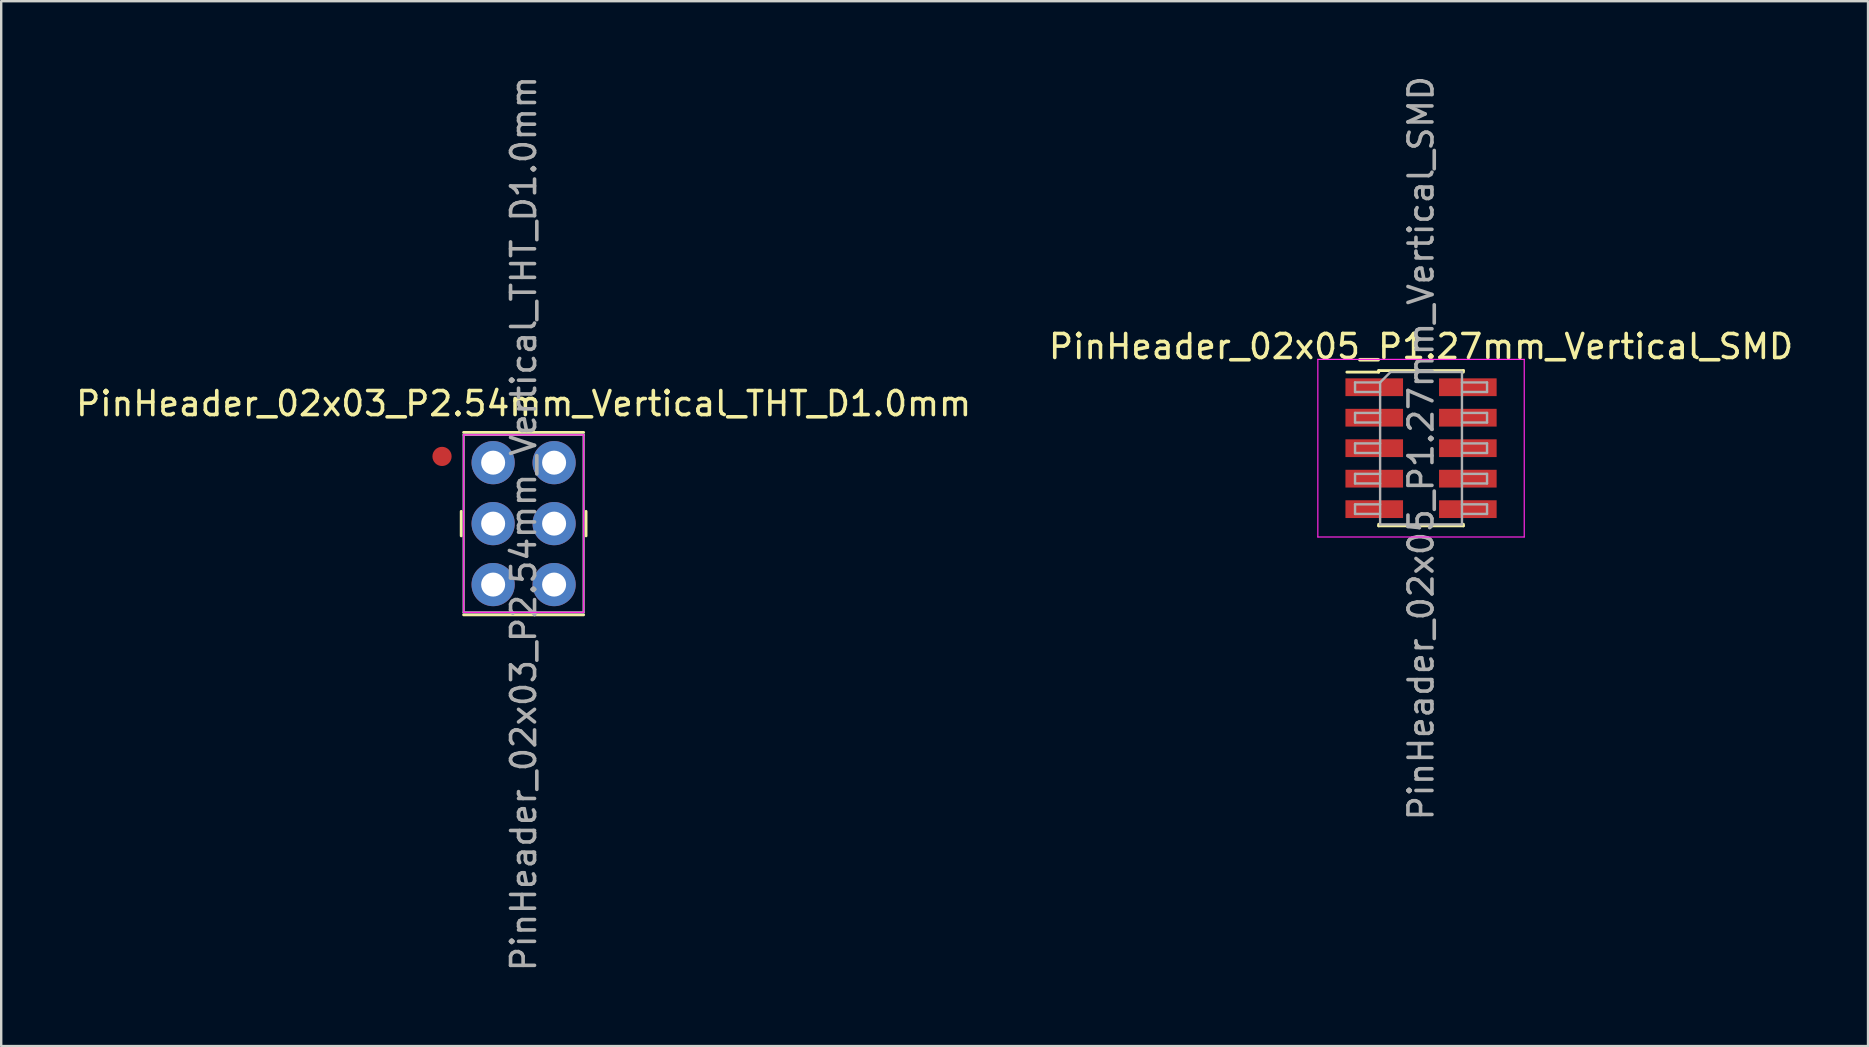
<source format=kicad_pcb>
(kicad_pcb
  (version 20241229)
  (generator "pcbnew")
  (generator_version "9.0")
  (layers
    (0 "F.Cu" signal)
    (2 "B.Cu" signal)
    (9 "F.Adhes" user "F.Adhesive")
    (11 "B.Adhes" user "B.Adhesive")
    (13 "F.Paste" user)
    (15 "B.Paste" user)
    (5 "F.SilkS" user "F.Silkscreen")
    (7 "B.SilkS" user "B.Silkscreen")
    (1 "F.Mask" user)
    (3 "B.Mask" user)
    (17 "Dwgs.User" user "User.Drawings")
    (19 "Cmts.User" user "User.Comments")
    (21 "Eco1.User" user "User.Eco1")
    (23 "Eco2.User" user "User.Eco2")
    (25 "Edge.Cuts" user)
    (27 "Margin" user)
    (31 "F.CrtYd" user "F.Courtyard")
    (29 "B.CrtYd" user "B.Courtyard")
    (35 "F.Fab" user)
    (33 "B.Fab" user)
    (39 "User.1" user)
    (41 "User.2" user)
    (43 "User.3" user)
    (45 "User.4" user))
  (footprint "PinHeader_02x05_P1.27mm_Vertical_SMD"
    (layer "F.Cu")
    (at 56.161 15.625)
    (property "Reference" "PinHeader_02x05_P1.27mm_Vertical_SMD" (at 0 -4.235 0) (layer "F.SilkS") (effects (font (size 1 1) (thickness 0.15))))
    (attr smd)
    (fp_line (start -3.09 -3.17) (end -1.765 -3.17) (stroke (width 0.12) (type solid)) (layer "F.SilkS"))
    (fp_line (start -1.765 -3.235) (end -1.765 -3.17) (stroke (width 0.12) (type solid)) (layer "F.SilkS"))
    (fp_line (start -1.765 -3.235) (end 1.765 -3.235) (stroke (width 0.12) (type solid)) (layer "F.SilkS"))
    (fp_line (start -1.765 3.17) (end -1.765 3.235) (stroke (width 0.12) (type solid)) (layer "F.SilkS"))
    (fp_line (start -1.765 3.235) (end 1.765 3.235) (stroke (width 0.12) (type solid)) (layer "F.SilkS"))
    (fp_line (start 1.765 -3.235) (end 1.765 -3.17) (stroke (width 0.12) (type solid)) (layer "F.SilkS"))
    (fp_line (start 1.765 3.17) (end 1.765 3.235) (stroke (width 0.12) (type solid)) (layer "F.SilkS"))
    (fp_line (start -4.3 -3.7) (end -4.3 3.7) (stroke (width 0.05) (type solid)) (layer "F.CrtYd"))
    (fp_line (start -4.3 3.7) (end 4.3 3.7) (stroke (width 0.05) (type solid)) (layer "F.CrtYd"))
    (fp_line (start 4.3 -3.7) (end -4.3 -3.7) (stroke (width 0.05) (type solid)) (layer "F.CrtYd"))
    (fp_line (start 4.3 3.7) (end 4.3 -3.7) (stroke (width 0.05) (type solid)) (layer "F.CrtYd"))
    (fp_line (start -2.75 -2.74) (end -2.75 -2.34) (stroke (width 0.1) (type solid)) (layer "F.Fab"))
    (fp_line (start -2.75 -2.34) (end -1.705 -2.34) (stroke (width 0.1) (type solid)) (layer "F.Fab"))
    (fp_line (start -2.75 -1.47) (end -2.75 -1.07) (stroke (width 0.1) (type solid)) (layer "F.Fab"))
    (fp_line (start -2.75 -1.07) (end -1.705 -1.07) (stroke (width 0.1) (type solid)) (layer "F.Fab"))
    (fp_line (start -2.75 -0.2) (end -2.75 0.2) (stroke (width 0.1) (type solid)) (layer "F.Fab"))
    (fp_line (start -2.75 0.2) (end -1.705 0.2) (stroke (width 0.1) (type solid)) (layer "F.Fab"))
    (fp_line (start -2.75 1.07) (end -2.75 1.47) (stroke (width 0.1) (type solid)) (layer "F.Fab"))
    (fp_line (start -2.75 1.47) (end -1.705 1.47) (stroke (width 0.1) (type solid)) (layer "F.Fab"))
    (fp_line (start -2.75 2.34) (end -2.75 2.74) (stroke (width 0.1) (type solid)) (layer "F.Fab"))
    (fp_line (start -2.75 2.74) (end -1.705 2.74) (stroke (width 0.1) (type solid)) (layer "F.Fab"))
    (fp_line (start -1.705 -2.74) (end -2.75 -2.74) (stroke (width 0.1) (type solid)) (layer "F.Fab"))
    (fp_line (start -1.705 -2.74) (end -1.27 -3.175) (stroke (width 0.1) (type solid)) (layer "F.Fab"))
    (fp_line (start -1.705 -1.47) (end -2.75 -1.47) (stroke (width 0.1) (type solid)) (layer "F.Fab"))
    (fp_line (start -1.705 -0.2) (end -2.75 -0.2) (stroke (width 0.1) (type solid)) (layer "F.Fab"))
    (fp_line (start -1.705 1.07) (end -2.75 1.07) (stroke (width 0.1) (type solid)) (layer "F.Fab"))
    (fp_line (start -1.705 2.34) (end -2.75 2.34) (stroke (width 0.1) (type solid)) (layer "F.Fab"))
    (fp_line (start -1.705 3.175) (end -1.705 -2.74) (stroke (width 0.1) (type solid)) (layer "F.Fab"))
    (fp_line (start -1.27 -3.175) (end 1.705 -3.175) (stroke (width 0.1) (type solid)) (layer "F.Fab"))
    (fp_line (start 1.705 -3.175) (end 1.705 3.175) (stroke (width 0.1) (type solid)) (layer "F.Fab"))
    (fp_line (start 1.705 -2.74) (end 2.75 -2.74) (stroke (width 0.1) (type solid)) (layer "F.Fab"))
    (fp_line (start 1.705 -1.47) (end 2.75 -1.47) (stroke (width 0.1) (type solid)) (layer "F.Fab"))
    (fp_line (start 1.705 -0.2) (end 2.75 -0.2) (stroke (width 0.1) (type solid)) (layer "F.Fab"))
    (fp_line (start 1.705 1.07) (end 2.75 1.07) (stroke (width 0.1) (type solid)) (layer "F.Fab"))
    (fp_line (start 1.705 2.34) (end 2.75 2.34) (stroke (width 0.1) (type solid)) (layer "F.Fab"))
    (fp_line (start 1.705 3.175) (end -1.705 3.175) (stroke (width 0.1) (type solid)) (layer "F.Fab"))
    (fp_line (start 2.75 -2.74) (end 2.75 -2.34) (stroke (width 0.1) (type solid)) (layer "F.Fab"))
    (fp_line (start 2.75 -2.34) (end 1.705 -2.34) (stroke (width 0.1) (type solid)) (layer "F.Fab"))
    (fp_line (start 2.75 -1.47) (end 2.75 -1.07) (stroke (width 0.1) (type solid)) (layer "F.Fab"))
    (fp_line (start 2.75 -1.07) (end 1.705 -1.07) (stroke (width 0.1) (type solid)) (layer "F.Fab"))
    (fp_line (start 2.75 -0.2) (end 2.75 0.2) (stroke (width 0.1) (type solid)) (layer "F.Fab"))
    (fp_line (start 2.75 0.2) (end 1.705 0.2) (stroke (width 0.1) (type solid)) (layer "F.Fab"))
    (fp_line (start 2.75 1.07) (end 2.75 1.47) (stroke (width 0.1) (type solid)) (layer "F.Fab"))
    (fp_line (start 2.75 1.47) (end 1.705 1.47) (stroke (width 0.1) (type solid)) (layer "F.Fab"))
    (fp_line (start 2.75 2.34) (end 2.75 2.74) (stroke (width 0.1) (type solid)) (layer "F.Fab"))
    (fp_line (start 2.75 2.74) (end 1.705 2.74) (stroke (width 0.1) (type solid)) (layer "F.Fab"))
    (fp_text user "${REFERENCE}" (at 0 0 90) (layer "F.Fab") (effects (font (size 1 1) (thickness 0.15))))
    (pad "1" smd rect (at -1.95 -2.54) (size 2.4 0.74) (layers "F.Cu" "F.Mask" "F.Paste"))
    (pad "2" smd rect (at 1.95 -2.54) (size 2.4 0.74) (layers "F.Cu" "F.Mask" "F.Paste"))
    (pad "3" smd rect (at -1.95 -1.27) (size 2.4 0.74) (layers "F.Cu" "F.Mask" "F.Paste"))
    (pad "4" smd rect (at 1.95 -1.27) (size 2.4 0.74) (layers "F.Cu" "F.Mask" "F.Paste"))
    (pad "5" smd rect (at -1.95 0) (size 2.4 0.74) (layers "F.Cu" "F.Mask" "F.Paste"))
    (pad "6" smd rect (at 1.95 0) (size 2.4 0.74) (layers "F.Cu" "F.Mask" "F.Paste"))
    (pad "7" smd rect (at -1.95 1.27) (size 2.4 0.74) (layers "F.Cu" "F.Mask" "F.Paste"))
    (pad "8" smd rect (at 1.95 1.27) (size 2.4 0.74) (layers "F.Cu" "F.Mask" "F.Paste"))
    (pad "9" smd rect (at -1.95 2.54) (size 2.4 0.74) (layers "F.Cu" "F.Mask" "F.Paste"))
    (pad "10" smd rect (at 1.95 2.54) (size 2.4 0.74) (layers "F.Cu" "F.Mask" "F.Paste")))
  (footprint "PinHeader_02x03_P2.54mm_Vertical_THT_D1.0mm"
    (layer "F.Cu")
    (at 18.768 18.768)
    (property "Reference" "PinHeader_02x03_P2.54mm_Vertical_THT_D1.0mm" (at 0 -5 0) (layer "F.SilkS") (effects (font (size 1 1) (thickness 0.15))))
    (attr smd)
    (fp_circle (center -3.4 -2.8) (end -3.1 -2.8) (stroke (width 0.2) (type solid)) (fill yes) (layer "F.Cu"))
    (fp_line (start -2.6 -0.51) (end -2.6 0.51) (stroke (width 0.12) (type solid)) (layer "F.SilkS"))
    (fp_line (start -2.5 -3.8) (end 2.5 -3.8) (stroke (width 0.12) (type solid)) (layer "F.SilkS"))
    (fp_line (start -2.5 3.8) (end 2.5 3.8) (stroke (width 0.12) (type solid)) (layer "F.SilkS"))
    (fp_line (start 2.6 -0.51) (end 2.6 0.51) (stroke (width 0.12) (type solid)) (layer "F.SilkS"))
    (fp_line (start -2.5 -3.7) (end -2.5 3.7) (stroke (width 0.05) (type solid)) (layer "F.CrtYd"))
    (fp_line (start -2.5 3.7) (end 2.5 3.7) (stroke (width 0.05) (type solid)) (layer "F.CrtYd"))
    (fp_line (start 2.5 -3.7) (end -2.5 -3.7) (stroke (width 0.05) (type solid)) (layer "F.CrtYd"))
    (fp_line (start 2.5 3.7) (end 2.5 -3.7) (stroke (width 0.05) (type solid)) (layer "F.CrtYd"))
    (fp_line (start -2.5 -3.7) (end 2.5 -3.7) (stroke (width 0.1) (type solid)) (layer "F.Fab"))
    (fp_line (start -2.5 3.7) (end -2.5 -3.7) (stroke (width 0.1) (type solid)) (layer "F.Fab"))
    (fp_line (start 2.5 -3.7) (end 2.5 3.7) (stroke (width 0.1) (type solid)) (layer "F.Fab"))
    (fp_line (start 2.5 3.7) (end -2.5 3.7) (stroke (width 0.1) (type solid)) (layer "F.Fab"))
    (fp_text user "${REFERENCE}" (at 0 0 90) (layer "F.Fab") (effects (font (size 1 1) (thickness 0.15))))
    (pad "1" thru_hole circle (at -1.27 -2.54) (size 1.8 1.8) (drill 1) (layers "*.Cu" "*.Mask"))
    (pad "2" thru_hole circle (at 1.27 -2.54) (size 1.8 1.8) (drill 1) (layers "*.Cu" "*.Mask"))
    (pad "3" thru_hole circle (at -1.27 0) (size 1.8 1.8) (drill 1) (layers "*.Cu" "*.Mask"))
    (pad "4" thru_hole circle (at 1.27 0) (size 1.8 1.8) (drill 1) (layers "*.Cu" "*.Mask"))
    (pad "5" thru_hole circle (at -1.27 2.54) (size 1.8 1.8) (drill 1) (layers "*.Cu" "*.Mask"))
    (pad "6" thru_hole circle (at 1.27 2.54) (size 1.8 1.8) (drill 1) (layers "*.Cu" "*.Mask")))
  (gr_rect
    (start -3 -3)
    (end 74.786 40.536)
    (stroke (width 0.1) (type default))
    (fill no)
    (layer "Edge.Cuts")))
</source>
